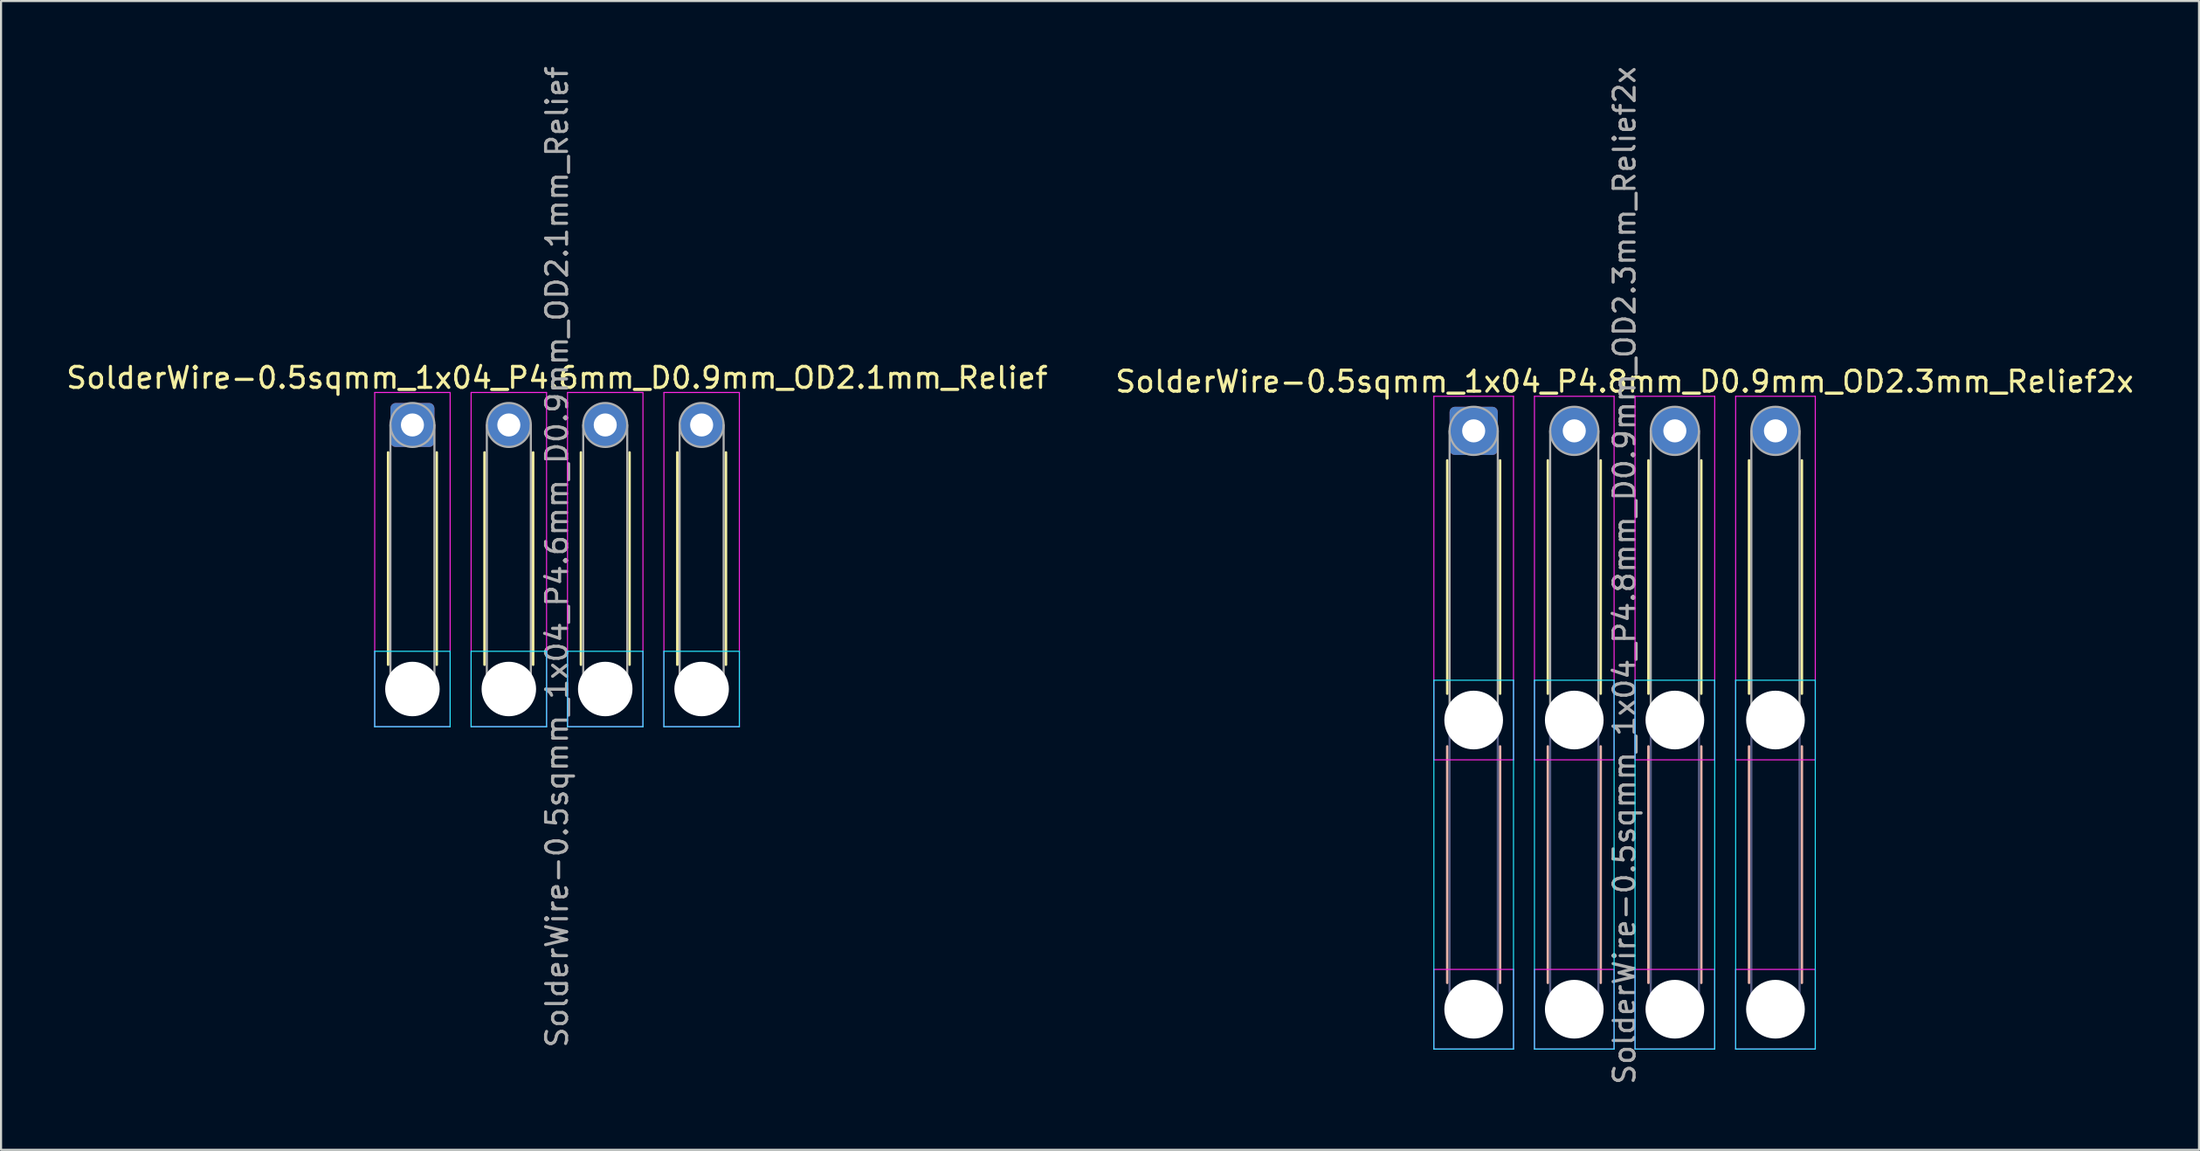
<source format=kicad_pcb>
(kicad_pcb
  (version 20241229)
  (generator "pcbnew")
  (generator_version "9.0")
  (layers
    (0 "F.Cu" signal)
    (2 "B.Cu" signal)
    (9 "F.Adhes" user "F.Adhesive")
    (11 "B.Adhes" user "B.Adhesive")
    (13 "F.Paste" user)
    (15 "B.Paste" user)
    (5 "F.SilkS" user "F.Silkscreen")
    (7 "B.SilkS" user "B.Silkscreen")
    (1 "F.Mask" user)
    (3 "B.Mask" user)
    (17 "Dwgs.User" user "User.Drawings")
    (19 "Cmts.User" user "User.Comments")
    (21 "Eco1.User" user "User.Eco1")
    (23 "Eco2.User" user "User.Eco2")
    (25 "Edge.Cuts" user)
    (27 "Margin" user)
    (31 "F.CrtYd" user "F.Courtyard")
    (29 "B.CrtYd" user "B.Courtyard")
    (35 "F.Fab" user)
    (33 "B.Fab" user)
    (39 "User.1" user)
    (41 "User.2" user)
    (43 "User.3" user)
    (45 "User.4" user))
  (footprint "SolderWire-0.5sqmm_1x04_P4.8mm_D0.9mm_OD2.3mm_Relief2x"
    (layer "F.Cu")
    (at 67.27 17.511)
    (property "Reference" "SolderWire-0.5sqmm_1x04_P4.8mm_D0.9mm_OD2.3mm_Relief2x" (at 7.2 -2.35 0) (layer "F.SilkS") (effects (font (size 1 1) (thickness 0.15))))
    (attr exclude_from_pos_files exclude_from_bom)
    (fp_line (start -1.26 1.41) (end -1.26 12.54) (stroke (width 0.12) (type solid)) (layer "F.SilkS"))
    (fp_line (start 1.26 1.41) (end 1.26 12.54) (stroke (width 0.12) (type solid)) (layer "F.SilkS"))
    (fp_line (start 3.54 1.41) (end 3.54 12.54) (stroke (width 0.12) (type solid)) (layer "F.SilkS"))
    (fp_line (start 6.06 1.41) (end 6.06 12.54) (stroke (width 0.12) (type solid)) (layer "F.SilkS"))
    (fp_line (start 8.34 1.41) (end 8.34 12.54) (stroke (width 0.12) (type solid)) (layer "F.SilkS"))
    (fp_line (start 10.86 1.41) (end 10.86 12.54) (stroke (width 0.12) (type solid)) (layer "F.SilkS"))
    (fp_line (start 13.14 1.41) (end 13.14 12.54) (stroke (width 0.12) (type solid)) (layer "F.SilkS"))
    (fp_line (start 15.66 1.41) (end 15.66 12.54) (stroke (width 0.12) (type solid)) (layer "F.SilkS"))
    (fp_line (start -1.26 15.06) (end -1.26 26.34) (stroke (width 0.12) (type solid)) (layer "B.SilkS"))
    (fp_line (start 1.26 15.06) (end 1.26 26.34) (stroke (width 0.12) (type solid)) (layer "B.SilkS"))
    (fp_line (start 3.54 15.06) (end 3.54 26.34) (stroke (width 0.12) (type solid)) (layer "B.SilkS"))
    (fp_line (start 6.06 15.06) (end 6.06 26.34) (stroke (width 0.12) (type solid)) (layer "B.SilkS"))
    (fp_line (start 8.34 15.06) (end 8.34 26.34) (stroke (width 0.12) (type solid)) (layer "B.SilkS"))
    (fp_line (start 10.86 15.06) (end 10.86 26.34) (stroke (width 0.12) (type solid)) (layer "B.SilkS"))
    (fp_line (start 13.14 15.06) (end 13.14 26.34) (stroke (width 0.12) (type solid)) (layer "B.SilkS"))
    (fp_line (start 15.66 15.06) (end 15.66 26.34) (stroke (width 0.12) (type solid)) (layer "B.SilkS"))
    (fp_line (start -1.9 11.9) (end -1.9 29.5) (stroke (width 0.05) (type solid)) (layer "B.CrtYd"))
    (fp_line (start -1.9 29.5) (end 1.9 29.5) (stroke (width 0.05) (type solid)) (layer "B.CrtYd"))
    (fp_line (start 1.9 11.9) (end -1.9 11.9) (stroke (width 0.05) (type solid)) (layer "B.CrtYd"))
    (fp_line (start 1.9 29.5) (end 1.9 11.9) (stroke (width 0.05) (type solid)) (layer "B.CrtYd"))
    (fp_line (start 2.9 11.9) (end 2.9 29.5) (stroke (width 0.05) (type solid)) (layer "B.CrtYd"))
    (fp_line (start 2.9 29.5) (end 6.7 29.5) (stroke (width 0.05) (type solid)) (layer "B.CrtYd"))
    (fp_line (start 6.7 11.9) (end 2.9 11.9) (stroke (width 0.05) (type solid)) (layer "B.CrtYd"))
    (fp_line (start 6.7 29.5) (end 6.7 11.9) (stroke (width 0.05) (type solid)) (layer "B.CrtYd"))
    (fp_line (start 7.7 11.9) (end 7.7 29.5) (stroke (width 0.05) (type solid)) (layer "B.CrtYd"))
    (fp_line (start 7.7 29.5) (end 11.5 29.5) (stroke (width 0.05) (type solid)) (layer "B.CrtYd"))
    (fp_line (start 11.5 11.9) (end 7.7 11.9) (stroke (width 0.05) (type solid)) (layer "B.CrtYd"))
    (fp_line (start 11.5 29.5) (end 11.5 11.9) (stroke (width 0.05) (type solid)) (layer "B.CrtYd"))
    (fp_line (start 12.5 11.9) (end 12.5 29.5) (stroke (width 0.05) (type solid)) (layer "B.CrtYd"))
    (fp_line (start 12.5 29.5) (end 16.3 29.5) (stroke (width 0.05) (type solid)) (layer "B.CrtYd"))
    (fp_line (start 16.3 11.9) (end 12.5 11.9) (stroke (width 0.05) (type solid)) (layer "B.CrtYd"))
    (fp_line (start 16.3 29.5) (end 16.3 11.9) (stroke (width 0.05) (type solid)) (layer "B.CrtYd"))
    (fp_line (start -1.9 -1.65) (end -1.9 15.7) (stroke (width 0.05) (type solid)) (layer "F.CrtYd"))
    (fp_line (start -1.9 15.7) (end 1.9 15.7) (stroke (width 0.05) (type solid)) (layer "F.CrtYd"))
    (fp_line (start -1.9 25.7) (end -1.9 29.5) (stroke (width 0.05) (type solid)) (layer "F.CrtYd"))
    (fp_line (start -1.9 29.5) (end 1.9 29.5) (stroke (width 0.05) (type solid)) (layer "F.CrtYd"))
    (fp_line (start 1.9 -1.65) (end -1.9 -1.65) (stroke (width 0.05) (type solid)) (layer "F.CrtYd"))
    (fp_line (start 1.9 15.7) (end 1.9 -1.65) (stroke (width 0.05) (type solid)) (layer "F.CrtYd"))
    (fp_line (start 1.9 25.7) (end -1.9 25.7) (stroke (width 0.05) (type solid)) (layer "F.CrtYd"))
    (fp_line (start 1.9 29.5) (end 1.9 25.7) (stroke (width 0.05) (type solid)) (layer "F.CrtYd"))
    (fp_line (start 2.9 -1.65) (end 2.9 15.7) (stroke (width 0.05) (type solid)) (layer "F.CrtYd"))
    (fp_line (start 2.9 15.7) (end 6.7 15.7) (stroke (width 0.05) (type solid)) (layer "F.CrtYd"))
    (fp_line (start 2.9 25.7) (end 2.9 29.5) (stroke (width 0.05) (type solid)) (layer "F.CrtYd"))
    (fp_line (start 2.9 29.5) (end 6.7 29.5) (stroke (width 0.05) (type solid)) (layer "F.CrtYd"))
    (fp_line (start 6.7 -1.65) (end 2.9 -1.65) (stroke (width 0.05) (type solid)) (layer "F.CrtYd"))
    (fp_line (start 6.7 15.7) (end 6.7 -1.65) (stroke (width 0.05) (type solid)) (layer "F.CrtYd"))
    (fp_line (start 6.7 25.7) (end 2.9 25.7) (stroke (width 0.05) (type solid)) (layer "F.CrtYd"))
    (fp_line (start 6.7 29.5) (end 6.7 25.7) (stroke (width 0.05) (type solid)) (layer "F.CrtYd"))
    (fp_line (start 7.7 -1.65) (end 7.7 15.7) (stroke (width 0.05) (type solid)) (layer "F.CrtYd"))
    (fp_line (start 7.7 15.7) (end 11.5 15.7) (stroke (width 0.05) (type solid)) (layer "F.CrtYd"))
    (fp_line (start 7.7 25.7) (end 7.7 29.5) (stroke (width 0.05) (type solid)) (layer "F.CrtYd"))
    (fp_line (start 7.7 29.5) (end 11.5 29.5) (stroke (width 0.05) (type solid)) (layer "F.CrtYd"))
    (fp_line (start 11.5 -1.65) (end 7.7 -1.65) (stroke (width 0.05) (type solid)) (layer "F.CrtYd"))
    (fp_line (start 11.5 15.7) (end 11.5 -1.65) (stroke (width 0.05) (type solid)) (layer "F.CrtYd"))
    (fp_line (start 11.5 25.7) (end 7.7 25.7) (stroke (width 0.05) (type solid)) (layer "F.CrtYd"))
    (fp_line (start 11.5 29.5) (end 11.5 25.7) (stroke (width 0.05) (type solid)) (layer "F.CrtYd"))
    (fp_line (start 12.5 -1.65) (end 12.5 15.7) (stroke (width 0.05) (type solid)) (layer "F.CrtYd"))
    (fp_line (start 12.5 15.7) (end 16.3 15.7) (stroke (width 0.05) (type solid)) (layer "F.CrtYd"))
    (fp_line (start 12.5 25.7) (end 12.5 29.5) (stroke (width 0.05) (type solid)) (layer "F.CrtYd"))
    (fp_line (start 12.5 29.5) (end 16.3 29.5) (stroke (width 0.05) (type solid)) (layer "F.CrtYd"))
    (fp_line (start 16.3 -1.65) (end 12.5 -1.65) (stroke (width 0.05) (type solid)) (layer "F.CrtYd"))
    (fp_line (start 16.3 15.7) (end 16.3 -1.65) (stroke (width 0.05) (type solid)) (layer "F.CrtYd"))
    (fp_line (start 16.3 25.7) (end 12.5 25.7) (stroke (width 0.05) (type solid)) (layer "F.CrtYd"))
    (fp_line (start 16.3 29.5) (end 16.3 25.7) (stroke (width 0.05) (type solid)) (layer "F.CrtYd"))
    (fp_line (start -1.15 13.8) (end -1.15 27.6) (stroke (width 0.1) (type solid)) (layer "B.Fab"))
    (fp_line (start 1.15 13.8) (end 1.15 27.6) (stroke (width 0.1) (type solid)) (layer "B.Fab"))
    (fp_line (start 3.65 13.8) (end 3.65 27.6) (stroke (width 0.1) (type solid)) (layer "B.Fab"))
    (fp_line (start 5.95 13.8) (end 5.95 27.6) (stroke (width 0.1) (type solid)) (layer "B.Fab"))
    (fp_line (start 8.45 13.8) (end 8.45 27.6) (stroke (width 0.1) (type solid)) (layer "B.Fab"))
    (fp_line (start 10.75 13.8) (end 10.75 27.6) (stroke (width 0.1) (type solid)) (layer "B.Fab"))
    (fp_line (start 13.25 13.8) (end 13.25 27.6) (stroke (width 0.1) (type solid)) (layer "B.Fab"))
    (fp_line (start 15.55 13.8) (end 15.55 27.6) (stroke (width 0.1) (type solid)) (layer "B.Fab"))
    (fp_circle (center 0 13.8) (end 1.15 13.8) (stroke (width 0.1) (type solid)) (fill no) (layer "B.Fab"))
    (fp_circle (center 0 27.6) (end 1.15 27.6) (stroke (width 0.1) (type solid)) (fill no) (layer "B.Fab"))
    (fp_circle (center 4.8 13.8) (end 5.95 13.8) (stroke (width 0.1) (type solid)) (fill no) (layer "B.Fab"))
    (fp_circle (center 4.8 27.6) (end 5.95 27.6) (stroke (width 0.1) (type solid)) (fill no) (layer "B.Fab"))
    (fp_circle (center 9.6 13.8) (end 10.75 13.8) (stroke (width 0.1) (type solid)) (fill no) (layer "B.Fab"))
    (fp_circle (center 9.6 27.6) (end 10.75 27.6) (stroke (width 0.1) (type solid)) (fill no) (layer "B.Fab"))
    (fp_circle (center 14.4 13.8) (end 15.55 13.8) (stroke (width 0.1) (type solid)) (fill no) (layer "B.Fab"))
    (fp_circle (center 14.4 27.6) (end 15.55 27.6) (stroke (width 0.1) (type solid)) (fill no) (layer "B.Fab"))
    (fp_line (start -1.15 0) (end -1.15 13.8) (stroke (width 0.1) (type solid)) (layer "F.Fab"))
    (fp_line (start 1.15 0) (end 1.15 13.8) (stroke (width 0.1) (type solid)) (layer "F.Fab"))
    (fp_line (start 3.65 0) (end 3.65 13.8) (stroke (width 0.1) (type solid)) (layer "F.Fab"))
    (fp_line (start 5.95 0) (end 5.95 13.8) (stroke (width 0.1) (type solid)) (layer "F.Fab"))
    (fp_line (start 8.45 0) (end 8.45 13.8) (stroke (width 0.1) (type solid)) (layer "F.Fab"))
    (fp_line (start 10.75 0) (end 10.75 13.8) (stroke (width 0.1) (type solid)) (layer "F.Fab"))
    (fp_line (start 13.25 0) (end 13.25 13.8) (stroke (width 0.1) (type solid)) (layer "F.Fab"))
    (fp_line (start 15.55 0) (end 15.55 13.8) (stroke (width 0.1) (type solid)) (layer "F.Fab"))
    (fp_circle (center 0 0) (end 1.15 0) (stroke (width 0.1) (type solid)) (fill no) (layer "F.Fab"))
    (fp_circle (center 0 13.8) (end 1.15 13.8) (stroke (width 0.1) (type solid)) (fill no) (layer "F.Fab"))
    (fp_circle (center 0 27.6) (end 1.15 27.6) (stroke (width 0.1) (type solid)) (fill no) (layer "F.Fab"))
    (fp_circle (center 4.8 0) (end 5.95 0) (stroke (width 0.1) (type solid)) (fill no) (layer "F.Fab"))
    (fp_circle (center 4.8 13.8) (end 5.95 13.8) (stroke (width 0.1) (type solid)) (fill no) (layer "F.Fab"))
    (fp_circle (center 4.8 27.6) (end 5.95 27.6) (stroke (width 0.1) (type solid)) (fill no) (layer "F.Fab"))
    (fp_circle (center 9.6 0) (end 10.75 0) (stroke (width 0.1) (type solid)) (fill no) (layer "F.Fab"))
    (fp_circle (center 9.6 13.8) (end 10.75 13.8) (stroke (width 0.1) (type solid)) (fill no) (layer "F.Fab"))
    (fp_circle (center 9.6 27.6) (end 10.75 27.6) (stroke (width 0.1) (type solid)) (fill no) (layer "F.Fab"))
    (fp_circle (center 14.4 0) (end 15.55 0) (stroke (width 0.1) (type solid)) (fill no) (layer "F.Fab"))
    (fp_circle (center 14.4 13.8) (end 15.55 13.8) (stroke (width 0.1) (type solid)) (fill no) (layer "F.Fab"))
    (fp_circle (center 14.4 27.6) (end 15.55 27.6) (stroke (width 0.1) (type solid)) (fill no) (layer "F.Fab"))
    (fp_text user "${REFERENCE}" (at 7.2 6.9 90) (layer "F.Fab") (effects (font (size 1 1) (thickness 0.15))))
    (pad "" np_thru_hole circle (at 0 13.8) (size 2.8 2.8) (drill 2.8) (layers "*.Cu" "*.Mask"))
    (pad "" np_thru_hole circle (at 0 27.6) (size 2.8 2.8) (drill 2.8) (layers "*.Cu" "*.Mask"))
    (pad "" np_thru_hole circle (at 4.8 13.8) (size 2.8 2.8) (drill 2.8) (layers "*.Cu" "*.Mask"))
    (pad "" np_thru_hole circle (at 4.8 27.6) (size 2.8 2.8) (drill 2.8) (layers "*.Cu" "*.Mask"))
    (pad "" np_thru_hole circle (at 9.6 13.8) (size 2.8 2.8) (drill 2.8) (layers "*.Cu" "*.Mask"))
    (pad "" np_thru_hole circle (at 9.6 27.6) (size 2.8 2.8) (drill 2.8) (layers "*.Cu" "*.Mask"))
    (pad "" np_thru_hole circle (at 14.4 13.8) (size 2.8 2.8) (drill 2.8) (layers "*.Cu" "*.Mask"))
    (pad "" np_thru_hole circle (at 14.4 27.6) (size 2.8 2.8) (drill 2.8) (layers "*.Cu" "*.Mask"))
    (pad "1" thru_hole roundrect (at 0 0) (size 2.3 2.3) (drill 1.1) (layers "*.Cu" "*.Mask") (roundrect_rratio 0.109))
    (pad "2" thru_hole circle (at 4.8 0) (size 2.3 2.3) (drill 1.1) (layers "*.Cu" "*.Mask"))
    (pad "3" thru_hole circle (at 9.6 0) (size 2.3 2.3) (drill 1.1) (layers "*.Cu" "*.Mask"))
    (pad "4" thru_hole circle (at 14.4 0) (size 2.3 2.3) (drill 1.1) (layers "*.Cu" "*.Mask")))
  (footprint "SolderWire-0.5sqmm_1x04_P4.6mm_D0.9mm_OD2.1mm_Relief"
    (layer "F.Cu")
    (at 16.63 17.23)
    (property "Reference" "SolderWire-0.5sqmm_1x04_P4.6mm_D0.9mm_OD2.1mm_Relief" (at 6.9 -2.25 0) (layer "F.SilkS") (effects (font (size 1 1) (thickness 0.15))))
    (attr exclude_from_pos_files exclude_from_bom)
    (fp_line (start -1.16 1.31) (end -1.16 11.44) (stroke (width 0.12) (type solid)) (layer "F.SilkS"))
    (fp_line (start 1.16 1.31) (end 1.16 11.44) (stroke (width 0.12) (type solid)) (layer "F.SilkS"))
    (fp_line (start 3.44 1.31) (end 3.44 11.44) (stroke (width 0.12) (type solid)) (layer "F.SilkS"))
    (fp_line (start 5.76 1.31) (end 5.76 11.44) (stroke (width 0.12) (type solid)) (layer "F.SilkS"))
    (fp_line (start 8.04 1.31) (end 8.04 11.44) (stroke (width 0.12) (type solid)) (layer "F.SilkS"))
    (fp_line (start 10.36 1.31) (end 10.36 11.44) (stroke (width 0.12) (type solid)) (layer "F.SilkS"))
    (fp_line (start 12.64 1.31) (end 12.64 11.44) (stroke (width 0.12) (type solid)) (layer "F.SilkS"))
    (fp_line (start 14.96 1.31) (end 14.96 11.44) (stroke (width 0.12) (type solid)) (layer "F.SilkS"))
    (fp_line (start -1.8 10.8) (end -1.8 14.4) (stroke (width 0.05) (type solid)) (layer "B.CrtYd"))
    (fp_line (start -1.8 14.4) (end 1.8 14.4) (stroke (width 0.05) (type solid)) (layer "B.CrtYd"))
    (fp_line (start 1.8 10.8) (end -1.8 10.8) (stroke (width 0.05) (type solid)) (layer "B.CrtYd"))
    (fp_line (start 1.8 14.4) (end 1.8 10.8) (stroke (width 0.05) (type solid)) (layer "B.CrtYd"))
    (fp_line (start 2.8 10.8) (end 2.8 14.4) (stroke (width 0.05) (type solid)) (layer "B.CrtYd"))
    (fp_line (start 2.8 14.4) (end 6.4 14.4) (stroke (width 0.05) (type solid)) (layer "B.CrtYd"))
    (fp_line (start 6.4 10.8) (end 2.8 10.8) (stroke (width 0.05) (type solid)) (layer "B.CrtYd"))
    (fp_line (start 6.4 14.4) (end 6.4 10.8) (stroke (width 0.05) (type solid)) (layer "B.CrtYd"))
    (fp_line (start 7.4 10.8) (end 7.4 14.4) (stroke (width 0.05) (type solid)) (layer "B.CrtYd"))
    (fp_line (start 7.4 14.4) (end 11 14.4) (stroke (width 0.05) (type solid)) (layer "B.CrtYd"))
    (fp_line (start 11 10.8) (end 7.4 10.8) (stroke (width 0.05) (type solid)) (layer "B.CrtYd"))
    (fp_line (start 11 14.4) (end 11 10.8) (stroke (width 0.05) (type solid)) (layer "B.CrtYd"))
    (fp_line (start 12 10.8) (end 12 14.4) (stroke (width 0.05) (type solid)) (layer "B.CrtYd"))
    (fp_line (start 12 14.4) (end 15.6 14.4) (stroke (width 0.05) (type solid)) (layer "B.CrtYd"))
    (fp_line (start 15.6 10.8) (end 12 10.8) (stroke (width 0.05) (type solid)) (layer "B.CrtYd"))
    (fp_line (start 15.6 14.4) (end 15.6 10.8) (stroke (width 0.05) (type solid)) (layer "B.CrtYd"))
    (fp_line (start -1.8 -1.55) (end -1.8 14.4) (stroke (width 0.05) (type solid)) (layer "F.CrtYd"))
    (fp_line (start -1.8 14.4) (end 1.8 14.4) (stroke (width 0.05) (type solid)) (layer "F.CrtYd"))
    (fp_line (start 1.8 -1.55) (end -1.8 -1.55) (stroke (width 0.05) (type solid)) (layer "F.CrtYd"))
    (fp_line (start 1.8 14.4) (end 1.8 -1.55) (stroke (width 0.05) (type solid)) (layer "F.CrtYd"))
    (fp_line (start 2.8 -1.55) (end 2.8 14.4) (stroke (width 0.05) (type solid)) (layer "F.CrtYd"))
    (fp_line (start 2.8 14.4) (end 6.4 14.4) (stroke (width 0.05) (type solid)) (layer "F.CrtYd"))
    (fp_line (start 6.4 -1.55) (end 2.8 -1.55) (stroke (width 0.05) (type solid)) (layer "F.CrtYd"))
    (fp_line (start 6.4 14.4) (end 6.4 -1.55) (stroke (width 0.05) (type solid)) (layer "F.CrtYd"))
    (fp_line (start 7.4 -1.55) (end 7.4 14.4) (stroke (width 0.05) (type solid)) (layer "F.CrtYd"))
    (fp_line (start 7.4 14.4) (end 11 14.4) (stroke (width 0.05) (type solid)) (layer "F.CrtYd"))
    (fp_line (start 11 -1.55) (end 7.4 -1.55) (stroke (width 0.05) (type solid)) (layer "F.CrtYd"))
    (fp_line (start 11 14.4) (end 11 -1.55) (stroke (width 0.05) (type solid)) (layer "F.CrtYd"))
    (fp_line (start 12 -1.55) (end 12 14.4) (stroke (width 0.05) (type solid)) (layer "F.CrtYd"))
    (fp_line (start 12 14.4) (end 15.6 14.4) (stroke (width 0.05) (type solid)) (layer "F.CrtYd"))
    (fp_line (start 15.6 -1.55) (end 12 -1.55) (stroke (width 0.05) (type solid)) (layer "F.CrtYd"))
    (fp_line (start 15.6 14.4) (end 15.6 -1.55) (stroke (width 0.05) (type solid)) (layer "F.CrtYd"))
    (fp_line (start -1.05 0) (end -1.05 12.6) (stroke (width 0.1) (type solid)) (layer "F.Fab"))
    (fp_line (start 1.05 0) (end 1.05 12.6) (stroke (width 0.1) (type solid)) (layer "F.Fab"))
    (fp_line (start 3.55 0) (end 3.55 12.6) (stroke (width 0.1) (type solid)) (layer "F.Fab"))
    (fp_line (start 5.65 0) (end 5.65 12.6) (stroke (width 0.1) (type solid)) (layer "F.Fab"))
    (fp_line (start 8.15 0) (end 8.15 12.6) (stroke (width 0.1) (type solid)) (layer "F.Fab"))
    (fp_line (start 10.25 0) (end 10.25 12.6) (stroke (width 0.1) (type solid)) (layer "F.Fab"))
    (fp_line (start 12.75 0) (end 12.75 12.6) (stroke (width 0.1) (type solid)) (layer "F.Fab"))
    (fp_line (start 14.85 0) (end 14.85 12.6) (stroke (width 0.1) (type solid)) (layer "F.Fab"))
    (fp_circle (center 0 0) (end 1.05 0) (stroke (width 0.1) (type solid)) (fill no) (layer "F.Fab"))
    (fp_circle (center 0 12.6) (end 1.05 12.6) (stroke (width 0.1) (type solid)) (fill no) (layer "F.Fab"))
    (fp_circle (center 4.6 0) (end 5.65 0) (stroke (width 0.1) (type solid)) (fill no) (layer "F.Fab"))
    (fp_circle (center 4.6 12.6) (end 5.65 12.6) (stroke (width 0.1) (type solid)) (fill no) (layer "F.Fab"))
    (fp_circle (center 9.2 0) (end 10.25 0) (stroke (width 0.1) (type solid)) (fill no) (layer "F.Fab"))
    (fp_circle (center 9.2 12.6) (end 10.25 12.6) (stroke (width 0.1) (type solid)) (fill no) (layer "F.Fab"))
    (fp_circle (center 13.8 0) (end 14.85 0) (stroke (width 0.1) (type solid)) (fill no) (layer "F.Fab"))
    (fp_circle (center 13.8 12.6) (end 14.85 12.6) (stroke (width 0.1) (type solid)) (fill no) (layer "F.Fab"))
    (fp_text user "${REFERENCE}" (at 6.9 6.3 90) (layer "F.Fab") (effects (font (size 1 1) (thickness 0.15))))
    (pad "" np_thru_hole circle (at 0 12.6) (size 2.6 2.6) (drill 2.6) (layers "*.Cu" "*.Mask"))
    (pad "" np_thru_hole circle (at 4.6 12.6) (size 2.6 2.6) (drill 2.6) (layers "*.Cu" "*.Mask"))
    (pad "" np_thru_hole circle (at 9.2 12.6) (size 2.6 2.6) (drill 2.6) (layers "*.Cu" "*.Mask"))
    (pad "" np_thru_hole circle (at 13.8 12.6) (size 2.6 2.6) (drill 2.6) (layers "*.Cu" "*.Mask"))
    (pad "1" thru_hole roundrect (at 0 0) (size 2.1 2.1) (drill 1.1) (layers "*.Cu" "*.Mask") (roundrect_rratio 0.119))
    (pad "2" thru_hole circle (at 4.6 0) (size 2.1 2.1) (drill 1.1) (layers "*.Cu" "*.Mask"))
    (pad "3" thru_hole circle (at 9.2 0) (size 2.1 2.1) (drill 1.1) (layers "*.Cu" "*.Mask"))
    (pad "4" thru_hole circle (at 13.8 0) (size 2.1 2.1) (drill 1.1) (layers "*.Cu" "*.Mask")))
  (gr_rect
    (start -3 -3)
    (end 101.881 51.821)
    (stroke (width 0.1) (type default))
    (fill no)
    (layer "Edge.Cuts")))
</source>
